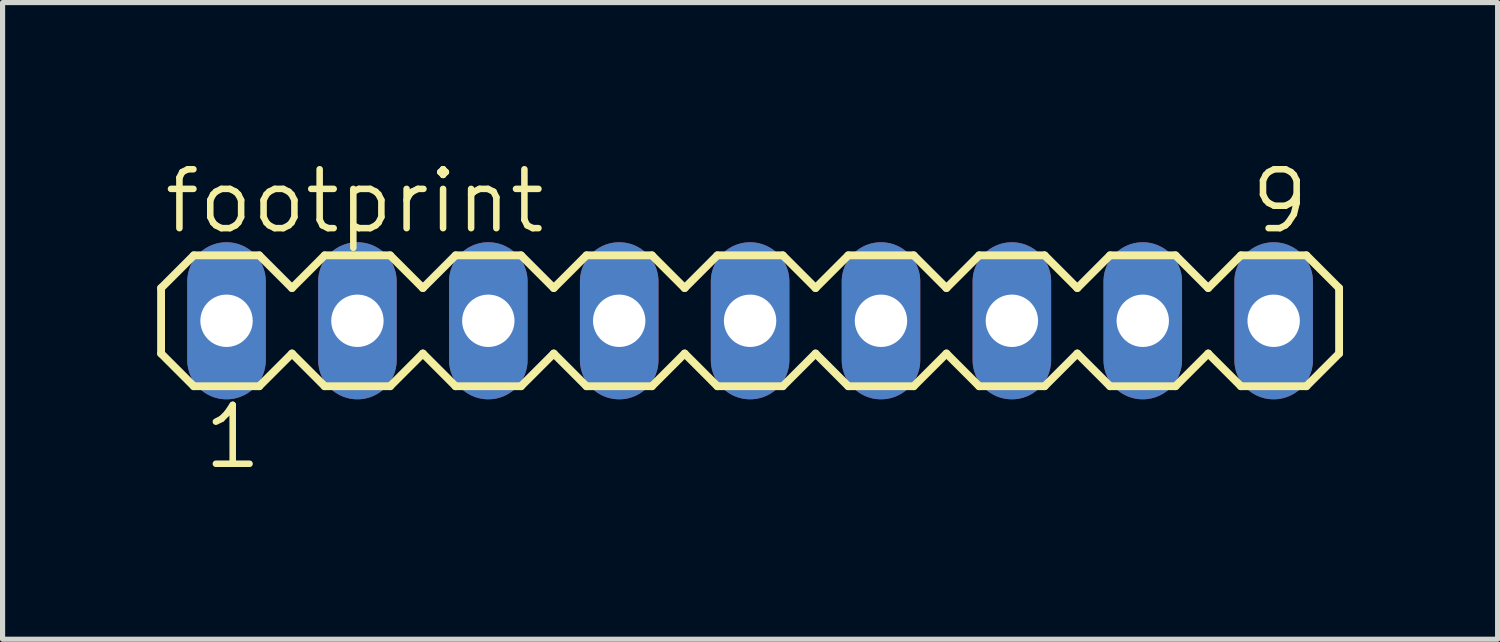
<source format=kicad_pcb>
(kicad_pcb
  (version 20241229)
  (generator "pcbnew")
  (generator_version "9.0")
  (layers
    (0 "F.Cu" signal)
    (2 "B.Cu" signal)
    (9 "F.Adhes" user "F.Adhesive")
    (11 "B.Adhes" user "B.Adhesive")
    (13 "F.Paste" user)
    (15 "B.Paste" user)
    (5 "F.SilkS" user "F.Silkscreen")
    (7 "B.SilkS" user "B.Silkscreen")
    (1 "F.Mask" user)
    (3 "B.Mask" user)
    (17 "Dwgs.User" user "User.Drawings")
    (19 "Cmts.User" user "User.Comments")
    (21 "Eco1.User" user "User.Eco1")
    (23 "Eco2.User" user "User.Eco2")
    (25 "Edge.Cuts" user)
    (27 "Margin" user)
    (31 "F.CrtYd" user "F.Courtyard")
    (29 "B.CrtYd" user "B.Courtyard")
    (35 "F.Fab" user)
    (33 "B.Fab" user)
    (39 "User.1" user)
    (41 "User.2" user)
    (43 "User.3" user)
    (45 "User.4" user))
  (footprint "footprint"
    (layer "F.Cu")
    (at 11.506 3.175)
    (property "Reference" "footprint" (at -11.43 -1.651 0) (layer "F.SilkS") (effects (font (size 1.143 1.143) (thickness 0.127)) (justify left bottom)))
    (fp_line (start -11.43 -0.635) (end -11.43 0.635) (stroke (width 0.152) (type solid)) (layer "F.SilkS"))
    (fp_line (start -11.43 0.635) (end -10.795 1.27) (stroke (width 0.152) (type solid)) (layer "F.SilkS"))
    (fp_line (start -10.795 -1.27) (end -11.43 -0.635) (stroke (width 0.152) (type solid)) (layer "F.SilkS"))
    (fp_line (start -10.795 -1.27) (end -9.525 -1.27) (stroke (width 0.152) (type solid)) (layer "F.SilkS"))
    (fp_line (start -9.525 -1.27) (end -8.89 -0.635) (stroke (width 0.152) (type solid)) (layer "F.SilkS"))
    (fp_line (start -9.525 1.27) (end -10.795 1.27) (stroke (width 0.152) (type solid)) (layer "F.SilkS"))
    (fp_line (start -8.89 -0.635) (end -8.255 -1.27) (stroke (width 0.152) (type solid)) (layer "F.SilkS"))
    (fp_line (start -8.89 0.635) (end -9.525 1.27) (stroke (width 0.152) (type solid)) (layer "F.SilkS"))
    (fp_line (start -8.255 -1.27) (end -6.985 -1.27) (stroke (width 0.152) (type solid)) (layer "F.SilkS"))
    (fp_line (start -8.255 1.27) (end -8.89 0.635) (stroke (width 0.152) (type solid)) (layer "F.SilkS"))
    (fp_line (start -6.985 -1.27) (end -6.35 -0.635) (stroke (width 0.152) (type solid)) (layer "F.SilkS"))
    (fp_line (start -6.985 1.27) (end -8.255 1.27) (stroke (width 0.152) (type solid)) (layer "F.SilkS"))
    (fp_line (start -6.35 -0.635) (end -5.715 -1.27) (stroke (width 0.152) (type solid)) (layer "F.SilkS"))
    (fp_line (start -6.35 0.635) (end -6.985 1.27) (stroke (width 0.152) (type solid)) (layer "F.SilkS"))
    (fp_line (start -5.715 -1.27) (end -4.445 -1.27) (stroke (width 0.152) (type solid)) (layer "F.SilkS"))
    (fp_line (start -5.715 1.27) (end -6.35 0.635) (stroke (width 0.152) (type solid)) (layer "F.SilkS"))
    (fp_line (start -4.445 -1.27) (end -3.81 -0.635) (stroke (width 0.152) (type solid)) (layer "F.SilkS"))
    (fp_line (start -4.445 1.27) (end -5.715 1.27) (stroke (width 0.152) (type solid)) (layer "F.SilkS"))
    (fp_line (start -3.81 0.635) (end -4.445 1.27) (stroke (width 0.152) (type solid)) (layer "F.SilkS"))
    (fp_line (start -3.81 0.635) (end -3.175 1.27) (stroke (width 0.152) (type solid)) (layer "F.SilkS"))
    (fp_line (start -3.175 -1.27) (end -3.81 -0.635) (stroke (width 0.152) (type solid)) (layer "F.SilkS"))
    (fp_line (start -3.175 -1.27) (end -1.905 -1.27) (stroke (width 0.152) (type solid)) (layer "F.SilkS"))
    (fp_line (start -1.905 -1.27) (end -1.27 -0.635) (stroke (width 0.152) (type solid)) (layer "F.SilkS"))
    (fp_line (start -1.905 1.27) (end -3.175 1.27) (stroke (width 0.152) (type solid)) (layer "F.SilkS"))
    (fp_line (start -1.27 0.635) (end -1.905 1.27) (stroke (width 0.152) (type solid)) (layer "F.SilkS"))
    (fp_line (start -1.27 0.635) (end -0.635 1.27) (stroke (width 0.152) (type solid)) (layer "F.SilkS"))
    (fp_line (start -0.635 -1.27) (end -1.27 -0.635) (stroke (width 0.152) (type solid)) (layer "F.SilkS"))
    (fp_line (start -0.635 -1.27) (end 0.635 -1.27) (stroke (width 0.152) (type solid)) (layer "F.SilkS"))
    (fp_line (start 0.635 -1.27) (end 1.27 -0.635) (stroke (width 0.152) (type solid)) (layer "F.SilkS"))
    (fp_line (start 0.635 1.27) (end -0.635 1.27) (stroke (width 0.152) (type solid)) (layer "F.SilkS"))
    (fp_line (start 1.27 -0.635) (end 1.905 -1.27) (stroke (width 0.152) (type solid)) (layer "F.SilkS"))
    (fp_line (start 1.27 0.635) (end 0.635 1.27) (stroke (width 0.152) (type solid)) (layer "F.SilkS"))
    (fp_line (start 1.905 -1.27) (end 3.175 -1.27) (stroke (width 0.152) (type solid)) (layer "F.SilkS"))
    (fp_line (start 1.905 1.27) (end 1.27 0.635) (stroke (width 0.152) (type solid)) (layer "F.SilkS"))
    (fp_line (start 3.175 -1.27) (end 3.81 -0.635) (stroke (width 0.152) (type solid)) (layer "F.SilkS"))
    (fp_line (start 3.175 1.27) (end 1.905 1.27) (stroke (width 0.152) (type solid)) (layer "F.SilkS"))
    (fp_line (start 3.81 -0.635) (end 4.445 -1.27) (stroke (width 0.152) (type solid)) (layer "F.SilkS"))
    (fp_line (start 3.81 0.635) (end 3.175 1.27) (stroke (width 0.152) (type solid)) (layer "F.SilkS"))
    (fp_line (start 4.445 -1.27) (end 5.715 -1.27) (stroke (width 0.152) (type solid)) (layer "F.SilkS"))
    (fp_line (start 4.445 1.27) (end 3.81 0.635) (stroke (width 0.152) (type solid)) (layer "F.SilkS"))
    (fp_line (start 5.715 -1.27) (end 6.35 -0.635) (stroke (width 0.152) (type solid)) (layer "F.SilkS"))
    (fp_line (start 5.715 1.27) (end 4.445 1.27) (stroke (width 0.152) (type solid)) (layer "F.SilkS"))
    (fp_line (start 6.35 0.635) (end 5.715 1.27) (stroke (width 0.152) (type solid)) (layer "F.SilkS"))
    (fp_line (start 6.35 0.635) (end 6.985 1.27) (stroke (width 0.152) (type solid)) (layer "F.SilkS"))
    (fp_line (start 6.985 -1.27) (end 6.35 -0.635) (stroke (width 0.152) (type solid)) (layer "F.SilkS"))
    (fp_line (start 6.985 -1.27) (end 8.255 -1.27) (stroke (width 0.152) (type solid)) (layer "F.SilkS"))
    (fp_line (start 8.255 -1.27) (end 8.89 -0.635) (stroke (width 0.152) (type solid)) (layer "F.SilkS"))
    (fp_line (start 8.255 1.27) (end 6.985 1.27) (stroke (width 0.152) (type solid)) (layer "F.SilkS"))
    (fp_line (start 8.89 0.635) (end 8.255 1.27) (stroke (width 0.152) (type solid)) (layer "F.SilkS"))
    (fp_line (start 8.89 0.635) (end 9.525 1.27) (stroke (width 0.152) (type solid)) (layer "F.SilkS"))
    (fp_line (start 9.525 -1.27) (end 8.89 -0.635) (stroke (width 0.152) (type solid)) (layer "F.SilkS"))
    (fp_line (start 9.525 -1.27) (end 10.795 -1.27) (stroke (width 0.152) (type solid)) (layer "F.SilkS"))
    (fp_line (start 10.795 -1.27) (end 11.43 -0.635) (stroke (width 0.152) (type solid)) (layer "F.SilkS"))
    (fp_line (start 10.795 1.27) (end 9.525 1.27) (stroke (width 0.152) (type solid)) (layer "F.SilkS"))
    (fp_line (start 11.43 -0.635) (end 11.43 0.635) (stroke (width 0.152) (type solid)) (layer "F.SilkS"))
    (fp_line (start 11.43 0.635) (end 10.795 1.27) (stroke (width 0.152) (type solid)) (layer "F.SilkS"))
    (fp_poly (pts (xy -10.414 0.254) (xy -9.906 0.254) (xy -9.906 -0.254) (xy -10.414 -0.254)) (stroke (width 0.1) (type solid)) (fill no) (layer "F.Fab"))
    (fp_poly (pts (xy -7.874 0.254) (xy -7.366 0.254) (xy -7.366 -0.254) (xy -7.874 -0.254)) (stroke (width 0.1) (type solid)) (fill no) (layer "F.Fab"))
    (fp_poly (pts (xy -5.334 0.254) (xy -4.826 0.254) (xy -4.826 -0.254) (xy -5.334 -0.254)) (stroke (width 0.1) (type solid)) (fill no) (layer "F.Fab"))
    (fp_poly (pts (xy -2.794 0.254) (xy -2.286 0.254) (xy -2.286 -0.254) (xy -2.794 -0.254)) (stroke (width 0.1) (type solid)) (fill no) (layer "F.Fab"))
    (fp_poly (pts (xy -0.254 0.254) (xy 0.254 0.254) (xy 0.254 -0.254) (xy -0.254 -0.254)) (stroke (width 0.1) (type solid)) (fill no) (layer "F.Fab"))
    (fp_poly (pts (xy 2.286 0.254) (xy 2.794 0.254) (xy 2.794 -0.254) (xy 2.286 -0.254)) (stroke (width 0.1) (type solid)) (fill no) (layer "F.Fab"))
    (fp_poly (pts (xy 4.826 0.254) (xy 5.334 0.254) (xy 5.334 -0.254) (xy 4.826 -0.254)) (stroke (width 0.1) (type solid)) (fill no) (layer "F.Fab"))
    (fp_poly (pts (xy 7.366 0.254) (xy 7.874 0.254) (xy 7.874 -0.254) (xy 7.366 -0.254)) (stroke (width 0.1) (type solid)) (fill no) (layer "F.Fab"))
    (fp_poly (pts (xy 9.906 0.254) (xy 10.414 0.254) (xy 10.414 -0.254) (xy 9.906 -0.254)) (stroke (width 0.1) (type solid)) (fill no) (layer "F.Fab"))
    (fp_text user "9" (at 9.652 -1.651 0) (layer "F.SilkS") (effects (font (size 1.143 1.143) (thickness 0.127)) (justify left bottom)))
    (fp_text user "1" (at -10.668 2.921 0) (layer "F.SilkS") (effects (font (size 1.143 1.143) (thickness 0.127)) (justify left bottom)))
    (pad "1" thru_hole oval (at -10.16 0 90) (size 3.048 1.524) (drill 1.016) (layers "*.Cu" "*.Mask"))
    (pad "2" thru_hole oval (at -7.62 0 90) (size 3.048 1.524) (drill 1.016) (layers "*.Cu" "*.Mask"))
    (pad "3" thru_hole oval (at -5.08 0 90) (size 3.048 1.524) (drill 1.016) (layers "*.Cu" "*.Mask"))
    (pad "4" thru_hole oval (at -2.54 0 90) (size 3.048 1.524) (drill 1.016) (layers "*.Cu" "*.Mask"))
    (pad "5" thru_hole oval (at 0 0 90) (size 3.048 1.524) (drill 1.016) (layers "*.Cu" "*.Mask"))
    (pad "6" thru_hole oval (at 2.54 0 90) (size 3.048 1.524) (drill 1.016) (layers "*.Cu" "*.Mask"))
    (pad "7" thru_hole oval (at 5.08 0 90) (size 3.048 1.524) (drill 1.016) (layers "*.Cu" "*.Mask"))
    (pad "8" thru_hole oval (at 7.62 0 90) (size 3.048 1.524) (drill 1.016) (layers "*.Cu" "*.Mask"))
    (pad "9" thru_hole oval (at 10.16 0 90) (size 3.048 1.524) (drill 1.016) (layers "*.Cu" "*.Mask")))
  (gr_rect
    (start -3 -3)
    (end 26.012 9.355)
    (stroke (width 0.1) (type default))
    (fill no)
    (layer "Edge.Cuts")))
</source>
